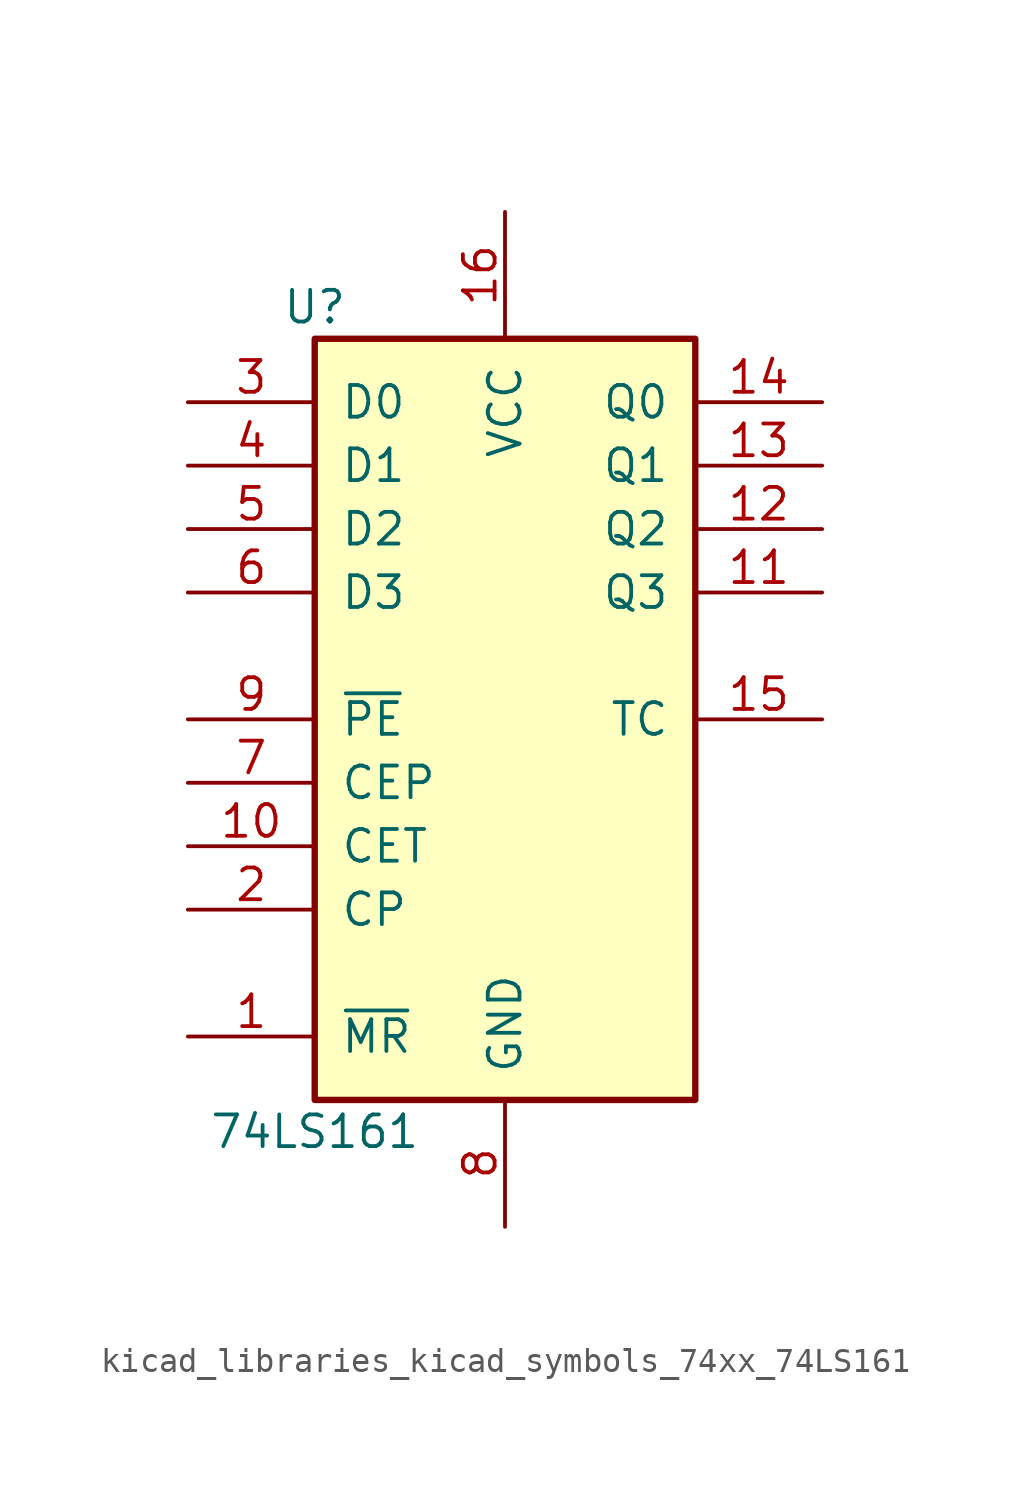
<source format=kicad_sym>
(kicad_symbol_lib
  (version 20220914)
  (generator kicad_symbol_editor)
  (symbol "kicad_libraries_kicad_symbols_74xx_74LS161"
    (pin_names
      (offset 1.016))
    (property "Reference" "U"
      (at -7.62 16.51 0)
      (effects (font (size 1.27 1.27))))
    (property "Value" "74LS161"
      (at -7.62 -16.51 0)
      (effects (font (size 1.27 1.27))))
    (property "ki_locked" ""
      (at 0 0 0)
      (effects (font (size 1.27 1.27))))
    (symbol "kicad_libraries_kicad_symbols_74xx_74LS161_1_0"
      (pin input line (at -12.7 -12.7 0) (length 5.08) (name "~{MR}" (effects (font (size 1.27 1.27)))) (number "1" (effects (font (size 1.27 1.27)))))
      (pin input line (at -12.7 -5.08 0) (length 5.08) (name "CET" (effects (font (size 1.27 1.27)))) (number "10" (effects (font (size 1.27 1.27)))))
      (pin output line (at 12.7 5.08 180) (length 5.08) (name "Q3" (effects (font (size 1.27 1.27)))) (number "11" (effects (font (size 1.27 1.27)))))
      (pin output line (at 12.7 7.62 180) (length 5.08) (name "Q2" (effects (font (size 1.27 1.27)))) (number "12" (effects (font (size 1.27 1.27)))))
      (pin output line (at 12.7 10.16 180) (length 5.08) (name "Q1" (effects (font (size 1.27 1.27)))) (number "13" (effects (font (size 1.27 1.27)))))
      (pin output line (at 12.7 12.7 180) (length 5.08) (name "Q0" (effects (font (size 1.27 1.27)))) (number "14" (effects (font (size 1.27 1.27)))))
      (pin output line (at 12.7 0 180) (length 5.08) (name "TC" (effects (font (size 1.27 1.27)))) (number "15" (effects (font (size 1.27 1.27)))))
      (pin power_in line (at 0 20.32 270) (length 5.08) (name "VCC" (effects (font (size 1.27 1.27)))) (number "16" (effects (font (size 1.27 1.27)))))
      (pin input line (at -12.7 -7.62 0) (length 5.08) (name "CP" (effects (font (size 1.27 1.27)))) (number "2" (effects (font (size 1.27 1.27)))))
      (pin input line (at -12.7 12.7 0) (length 5.08) (name "D0" (effects (font (size 1.27 1.27)))) (number "3" (effects (font (size 1.27 1.27)))))
      (pin input line (at -12.7 10.16 0) (length 5.08) (name "D1" (effects (font (size 1.27 1.27)))) (number "4" (effects (font (size 1.27 1.27)))))
      (pin input line (at -12.7 7.62 0) (length 5.08) (name "D2" (effects (font (size 1.27 1.27)))) (number "5" (effects (font (size 1.27 1.27)))))
      (pin input line (at -12.7 5.08 0) (length 5.08) (name "D3" (effects (font (size 1.27 1.27)))) (number "6" (effects (font (size 1.27 1.27)))))
      (pin input line (at -12.7 -2.54 0) (length 5.08) (name "CEP" (effects (font (size 1.27 1.27)))) (number "7" (effects (font (size 1.27 1.27)))))
      (pin power_in line (at 0 -20.32 90) (length 5.08) (name "GND" (effects (font (size 1.27 1.27)))) (number "8" (effects (font (size 1.27 1.27)))))
      (pin input line (at -12.7 0 0) (length 5.08) (name "~{PE}" (effects (font (size 1.27 1.27)))) (number "9" (effects (font (size 1.27 1.27))))))
    (symbol "kicad_libraries_kicad_symbols_74xx_74LS161_1_1"
      (rectangle (start -7.62 15.24) (end 7.62 -15.24) (stroke (width 0.254) (type default)) (fill (type background))))))
</source>
